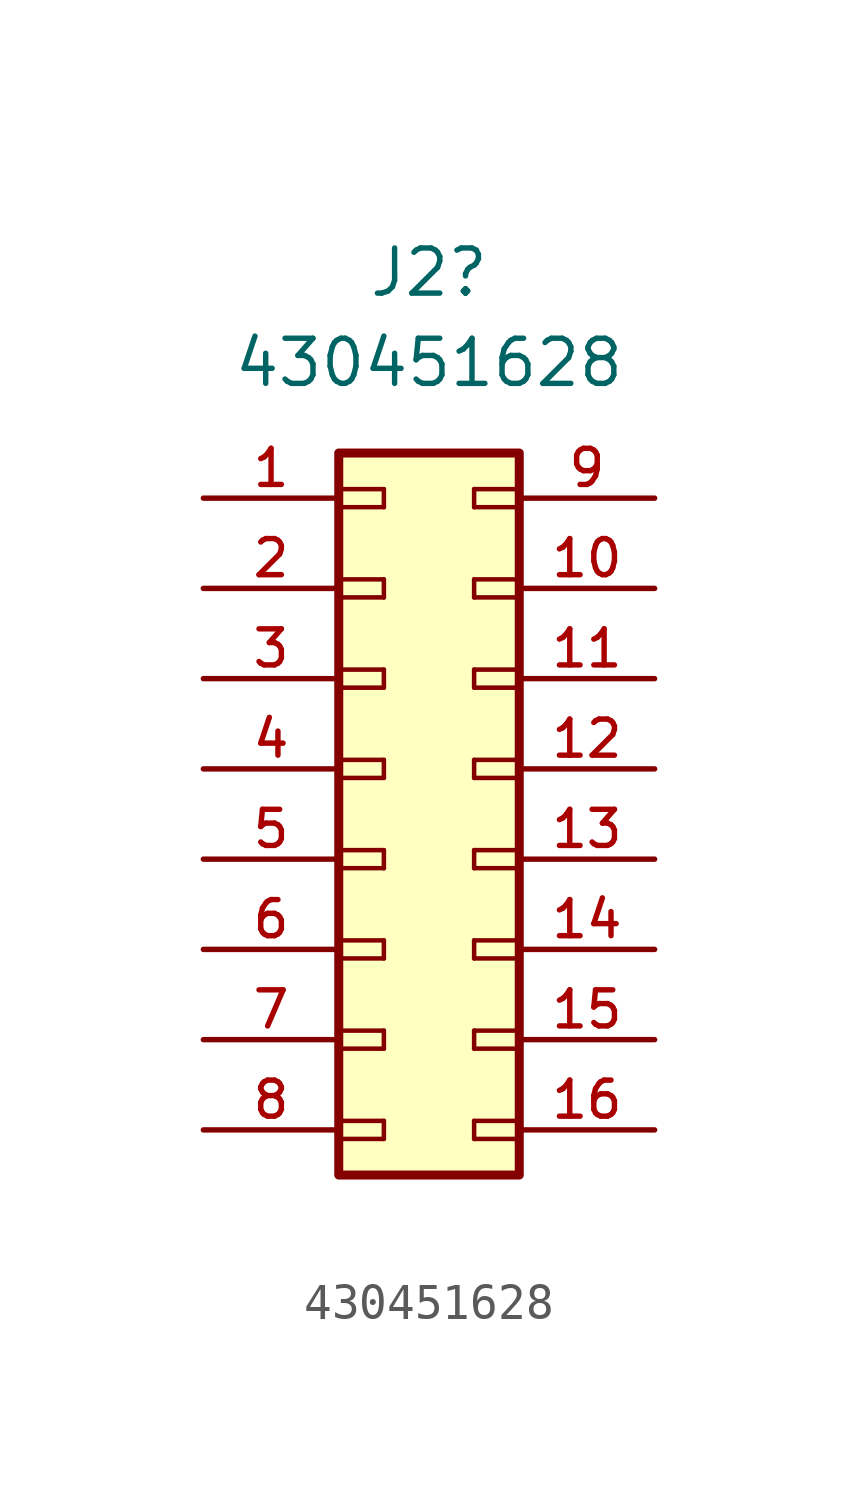
<source format=kicad_sym>
(kicad_symbol_lib
  (version 20241209)
  (generator "kicad_symbol_editor")
  (generator_version "9.0")
  (symbol "430451628"
    (pin_names
      (offset 1.016))
    (property "Reference" "J2"
      (at 0 16.51 0)
      (effects (font (size 1.27 1.27))))
    (property "Value" "430451628"
      (at 0 13.97 0)
      (effects (font (size 1.27 1.27))))
    (symbol "430451628_0_0"
      (rectangle (start -2.54 11.43) (end 2.54 -8.89) (stroke (width 0.254) (type default)) (fill (type background)))
      (polyline (pts (xy -2.54 10.414) (xy -1.27 10.414)) (stroke (width 0.127) (type default)) (fill (type none)))
      (polyline (pts (xy -2.54 9.906) (xy -1.27 9.906)) (stroke (width 0.127) (type default)) (fill (type none)))
      (polyline (pts (xy -2.54 7.874) (xy -1.27 7.874)) (stroke (width 0.127) (type default)) (fill (type none)))
      (polyline (pts (xy -2.54 7.366) (xy -1.27 7.366)) (stroke (width 0.127) (type default)) (fill (type none)))
      (polyline (pts (xy -2.54 5.334) (xy -1.27 5.334)) (stroke (width 0.127) (type default)) (fill (type none)))
      (polyline (pts (xy -2.54 4.826) (xy -1.27 4.826)) (stroke (width 0.127) (type default)) (fill (type none)))
      (polyline (pts (xy -2.54 2.794) (xy -1.27 2.794)) (stroke (width 0.127) (type default)) (fill (type none)))
      (polyline (pts (xy -2.54 2.286) (xy -1.27 2.286)) (stroke (width 0.127) (type default)) (fill (type none)))
      (polyline (pts (xy -2.54 0.254) (xy -1.27 0.254)) (stroke (width 0.127) (type default)) (fill (type none)))
      (polyline (pts (xy -2.54 -0.254) (xy -1.27 -0.254)) (stroke (width 0.127) (type default)) (fill (type none)))
      (polyline (pts (xy -2.54 -2.286) (xy -1.27 -2.286)) (stroke (width 0.127) (type default)) (fill (type none)))
      (polyline (pts (xy -2.54 -2.794) (xy -1.27 -2.794)) (stroke (width 0.127) (type default)) (fill (type none)))
      (polyline (pts (xy -2.54 -4.826) (xy -1.27 -4.826)) (stroke (width 0.127) (type default)) (fill (type none)))
      (polyline (pts (xy -2.54 -5.334) (xy -1.27 -5.334)) (stroke (width 0.127) (type default)) (fill (type none)))
      (polyline (pts (xy -2.54 -7.366) (xy -1.27 -7.366)) (stroke (width 0.127) (type default)) (fill (type none)))
      (polyline (pts (xy -2.54 -7.874) (xy -1.27 -7.874)) (stroke (width 0.127) (type default)) (fill (type none)))
      (polyline (pts (xy -1.27 10.414) (xy -1.27 9.906)) (stroke (width 0.127) (type default)) (fill (type none)))
      (polyline (pts (xy -1.27 7.874) (xy -1.27 7.366)) (stroke (width 0.127) (type default)) (fill (type none)))
      (polyline (pts (xy -1.27 5.334) (xy -1.27 4.826)) (stroke (width 0.127) (type default)) (fill (type none)))
      (polyline (pts (xy -1.27 2.794) (xy -1.27 2.286)) (stroke (width 0.127) (type default)) (fill (type none)))
      (polyline (pts (xy -1.27 0.254) (xy -1.27 -0.254)) (stroke (width 0.127) (type default)) (fill (type none)))
      (polyline (pts (xy -1.27 -2.286) (xy -1.27 -2.794)) (stroke (width 0.127) (type default)) (fill (type none)))
      (polyline (pts (xy -1.27 -4.826) (xy -1.27 -5.334)) (stroke (width 0.127) (type default)) (fill (type none)))
      (polyline (pts (xy -1.27 -7.366) (xy -1.27 -7.874)) (stroke (width 0.127) (type default)) (fill (type none)))
      (polyline (pts (xy 1.27 10.414) (xy 1.27 9.906)) (stroke (width 0.127) (type default)) (fill (type none)))
      (polyline (pts (xy 1.27 7.874) (xy 1.27 7.366)) (stroke (width 0.127) (type default)) (fill (type none)))
      (polyline (pts (xy 1.27 5.334) (xy 1.27 4.826)) (stroke (width 0.127) (type default)) (fill (type none)))
      (polyline (pts (xy 1.27 2.794) (xy 1.27 2.286)) (stroke (width 0.127) (type default)) (fill (type none)))
      (polyline (pts (xy 1.27 0.254) (xy 1.27 -0.254)) (stroke (width 0.127) (type default)) (fill (type none)))
      (polyline (pts (xy 1.27 -2.286) (xy 1.27 -2.794)) (stroke (width 0.127) (type default)) (fill (type none)))
      (polyline (pts (xy 1.27 -4.826) (xy 1.27 -5.334)) (stroke (width 0.127) (type default)) (fill (type none)))
      (polyline (pts (xy 1.27 -7.366) (xy 1.27 -7.874)) (stroke (width 0.127) (type default)) (fill (type none)))
      (polyline (pts (xy 2.54 10.414) (xy 1.27 10.414)) (stroke (width 0.127) (type default)) (fill (type none)))
      (polyline (pts (xy 2.54 9.906) (xy 1.27 9.906)) (stroke (width 0.127) (type default)) (fill (type none)))
      (polyline (pts (xy 2.54 7.874) (xy 1.27 7.874)) (stroke (width 0.127) (type default)) (fill (type none)))
      (polyline (pts (xy 2.54 7.366) (xy 1.27 7.366)) (stroke (width 0.127) (type default)) (fill (type none)))
      (polyline (pts (xy 2.54 5.334) (xy 1.27 5.334)) (stroke (width 0.127) (type default)) (fill (type none)))
      (polyline (pts (xy 2.54 4.826) (xy 1.27 4.826)) (stroke (width 0.127) (type default)) (fill (type none)))
      (polyline (pts (xy 2.54 2.794) (xy 1.27 2.794)) (stroke (width 0.127) (type default)) (fill (type none)))
      (polyline (pts (xy 2.54 2.286) (xy 1.27 2.286)) (stroke (width 0.127) (type default)) (fill (type none)))
      (polyline (pts (xy 2.54 0.254) (xy 1.27 0.254)) (stroke (width 0.127) (type default)) (fill (type none)))
      (polyline (pts (xy 2.54 -0.254) (xy 1.27 -0.254)) (stroke (width 0.127) (type default)) (fill (type none)))
      (polyline (pts (xy 2.54 -2.286) (xy 1.27 -2.286)) (stroke (width 0.127) (type default)) (fill (type none)))
      (polyline (pts (xy 2.54 -2.794) (xy 1.27 -2.794)) (stroke (width 0.127) (type default)) (fill (type none)))
      (polyline (pts (xy 2.54 -4.826) (xy 1.27 -4.826)) (stroke (width 0.127) (type default)) (fill (type none)))
      (polyline (pts (xy 2.54 -5.334) (xy 1.27 -5.334)) (stroke (width 0.127) (type default)) (fill (type none)))
      (polyline (pts (xy 2.54 -7.366) (xy 1.27 -7.366)) (stroke (width 0.127) (type default)) (fill (type none)))
      (polyline (pts (xy 2.54 -7.874) (xy 1.27 -7.874)) (stroke (width 0.127) (type default)) (fill (type none))))
    (symbol "430451628_1_0"
      (pin passive line (at -6.35 10.16 0) (length 3.81) (name "" (effects (font (size 1.016 1.016)))) (number "1" (effects (font (size 1.016 1.016)))))
      (pin passive line (at -6.35 7.62 0) (length 3.81) (name "" (effects (font (size 1.016 1.016)))) (number "2" (effects (font (size 1.016 1.016)))))
      (pin passive line (at -6.35 5.08 0) (length 3.81) (name "" (effects (font (size 1.016 1.016)))) (number "3" (effects (font (size 1.016 1.016)))))
      (pin passive line (at -6.35 2.54 0) (length 3.81) (name "" (effects (font (size 1.016 1.016)))) (number "4" (effects (font (size 1.016 1.016)))))
      (pin passive line (at -6.35 0 0) (length 3.81) (name "" (effects (font (size 1.016 1.016)))) (number "5" (effects (font (size 1.016 1.016)))))
      (pin passive line (at -6.35 -2.54 0) (length 3.81) (name "" (effects (font (size 1.016 1.016)))) (number "6" (effects (font (size 1.016 1.016)))))
      (pin passive line (at -6.35 -5.08 0) (length 3.81) (name "" (effects (font (size 1.016 1.016)))) (number "7" (effects (font (size 1.016 1.016)))))
      (pin passive line (at -6.35 -7.62 0) (length 3.81) (name "" (effects (font (size 1.016 1.016)))) (number "8" (effects (font (size 1.016 1.016)))))
      (pin passive line (at 6.35 10.16 180) (length 3.81) (name "" (effects (font (size 1.016 1.016)))) (number "9" (effects (font (size 1.016 1.016)))))
      (pin passive line (at 6.35 7.62 180) (length 3.81) (name "" (effects (font (size 1.016 1.016)))) (number "10" (effects (font (size 1.016 1.016)))))
      (pin passive line (at 6.35 5.08 180) (length 3.81) (name "" (effects (font (size 1.016 1.016)))) (number "11" (effects (font (size 1.016 1.016)))))
      (pin passive line (at 6.35 2.54 180) (length 3.81) (name "" (effects (font (size 1.016 1.016)))) (number "12" (effects (font (size 1.016 1.016)))))
      (pin passive line (at 6.35 0 180) (length 3.81) (name "" (effects (font (size 1.016 1.016)))) (number "13" (effects (font (size 1.016 1.016)))))
      (pin passive line (at 6.35 -2.54 180) (length 3.81) (name "" (effects (font (size 1.016 1.016)))) (number "14" (effects (font (size 1.016 1.016)))))
      (pin passive line (at 6.35 -5.08 180) (length 3.81) (name "" (effects (font (size 1.016 1.016)))) (number "15" (effects (font (size 1.016 1.016)))))
      (pin passive line (at 6.35 -7.62 180) (length 3.81) (name "" (effects (font (size 1.016 1.016)))) (number "16" (effects (font (size 1.016 1.016))))))))
</source>
